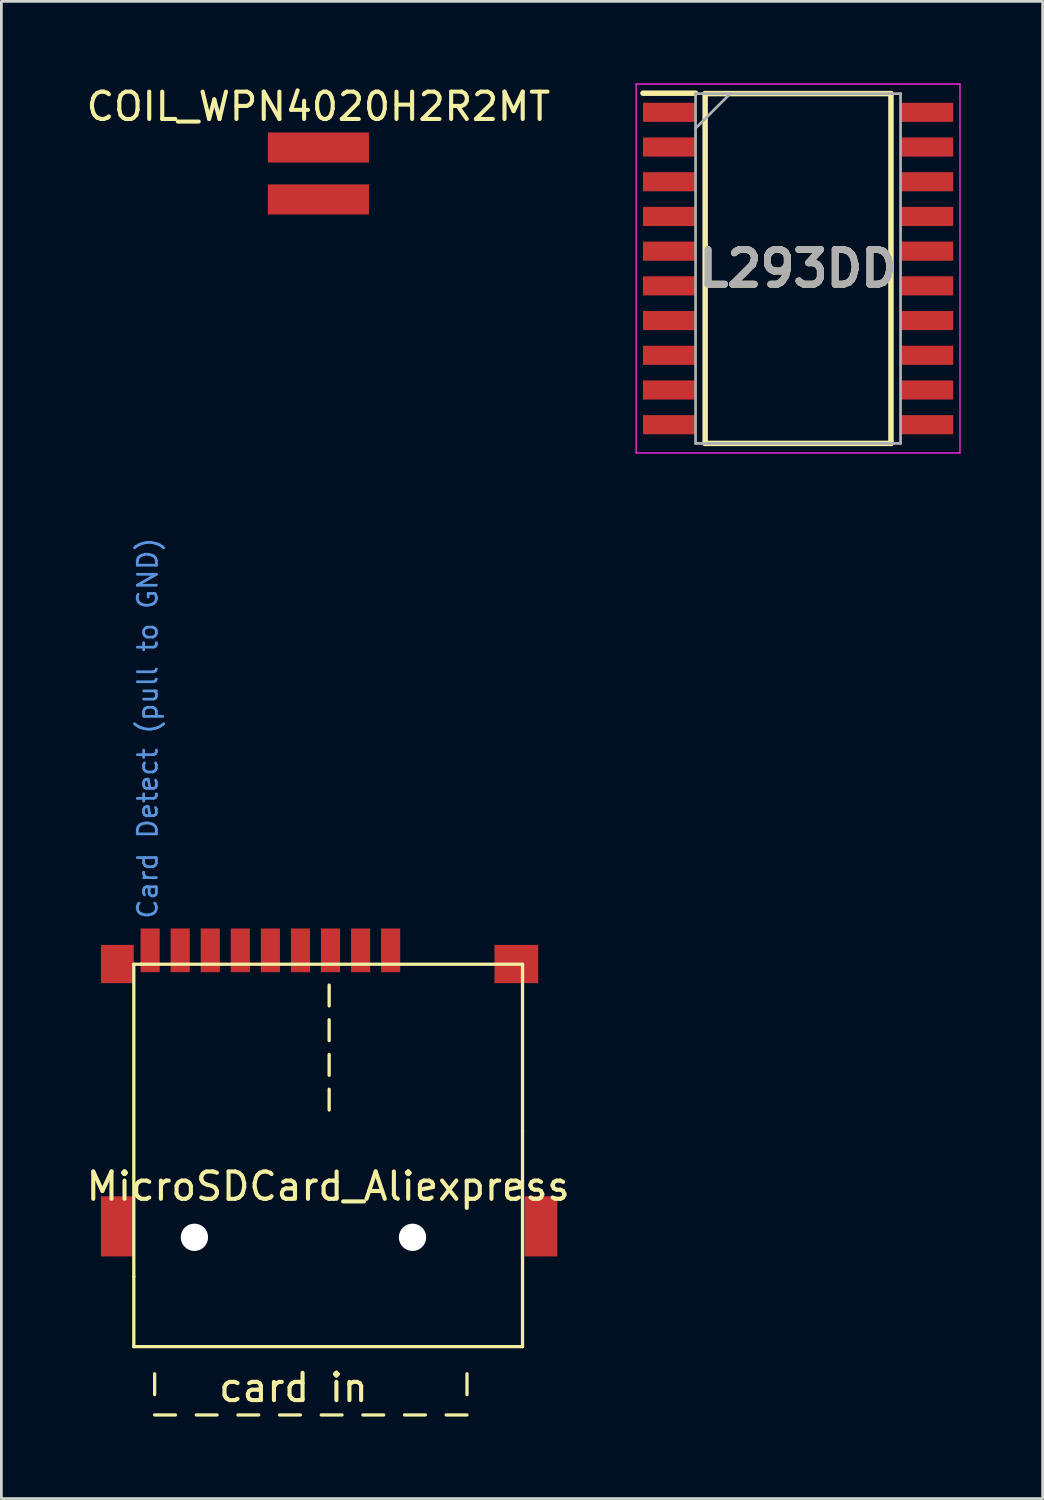
<source format=kicad_pcb>
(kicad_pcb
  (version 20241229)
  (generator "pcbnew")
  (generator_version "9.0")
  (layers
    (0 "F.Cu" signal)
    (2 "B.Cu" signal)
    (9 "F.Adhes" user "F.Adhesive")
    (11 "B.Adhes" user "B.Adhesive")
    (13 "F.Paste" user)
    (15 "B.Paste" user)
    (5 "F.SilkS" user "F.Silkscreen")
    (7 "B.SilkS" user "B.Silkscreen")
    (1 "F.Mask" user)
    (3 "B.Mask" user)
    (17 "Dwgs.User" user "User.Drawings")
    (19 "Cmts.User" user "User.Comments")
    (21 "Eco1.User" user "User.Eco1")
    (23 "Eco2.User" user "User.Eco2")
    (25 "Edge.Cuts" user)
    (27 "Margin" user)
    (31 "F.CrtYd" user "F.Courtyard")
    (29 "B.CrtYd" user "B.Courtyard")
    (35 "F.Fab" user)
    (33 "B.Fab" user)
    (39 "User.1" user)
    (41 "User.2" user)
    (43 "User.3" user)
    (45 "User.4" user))
  (footprint "L293DD"
    (layer "F.Cu")
    (at 26.152 6.775)
    (property "Reference" "L293DD" (at 0 0 0) (layer "F.SilkS") (effects (font (size 1.27 1.27) (thickness 0.254))))
    (attr smd)
    (fp_line (start -5.675 -6.415) (end -3.75 -6.415) (stroke (width 0.2) (type solid)) (layer "F.SilkS"))
    (fp_line (start -3.4 -6.4) (end 3.4 -6.4) (stroke (width 0.2) (type solid)) (layer "F.SilkS"))
    (fp_line (start -3.4 6.4) (end -3.4 -6.4) (stroke (width 0.2) (type solid)) (layer "F.SilkS"))
    (fp_line (start 3.4 -6.4) (end 3.4 6.4) (stroke (width 0.2) (type solid)) (layer "F.SilkS"))
    (fp_line (start 3.4 6.4) (end -3.4 6.4) (stroke (width 0.2) (type solid)) (layer "F.SilkS"))
    (fp_line (start -5.925 -6.75) (end 5.925 -6.75) (stroke (width 0.05) (type solid)) (layer "F.CrtYd"))
    (fp_line (start -5.925 6.75) (end -5.925 -6.75) (stroke (width 0.05) (type solid)) (layer "F.CrtYd"))
    (fp_line (start 5.925 -6.75) (end 5.925 6.75) (stroke (width 0.05) (type solid)) (layer "F.CrtYd"))
    (fp_line (start 5.925 6.75) (end -5.925 6.75) (stroke (width 0.05) (type solid)) (layer "F.CrtYd"))
    (fp_line (start -3.75 -6.4) (end 3.75 -6.4) (stroke (width 0.1) (type solid)) (layer "F.Fab"))
    (fp_line (start -3.75 -5.13) (end -2.48 -6.4) (stroke (width 0.1) (type solid)) (layer "F.Fab"))
    (fp_line (start -3.75 6.4) (end -3.75 -6.4) (stroke (width 0.1) (type solid)) (layer "F.Fab"))
    (fp_line (start 3.75 -6.4) (end 3.75 6.4) (stroke (width 0.1) (type solid)) (layer "F.Fab"))
    (fp_line (start 3.75 6.4) (end -3.75 6.4) (stroke (width 0.1) (type solid)) (layer "F.Fab"))
    (fp_text user "${REFERENCE}" (at 0 0 0) (layer "F.Fab") (effects (font (size 1.27 1.27) (thickness 0.254))))
    (pad "1" smd rect (at -4.712 -5.715 90) (size 0.7 1.925) (layers "F.Cu" "F.Mask" "F.Paste"))
    (pad "2" smd rect (at -4.712 -4.445 90) (size 0.7 1.925) (layers "F.Cu" "F.Mask" "F.Paste"))
    (pad "3" smd rect (at -4.712 -3.175 90) (size 0.7 1.925) (layers "F.Cu" "F.Mask" "F.Paste"))
    (pad "4" smd rect (at -4.712 -1.905 90) (size 0.7 1.925) (layers "F.Cu" "F.Mask" "F.Paste"))
    (pad "5" smd rect (at -4.712 -0.635 90) (size 0.7 1.925) (layers "F.Cu" "F.Mask" "F.Paste"))
    (pad "6" smd rect (at -4.712 0.635 90) (size 0.7 1.925) (layers "F.Cu" "F.Mask" "F.Paste"))
    (pad "7" smd rect (at -4.712 1.905 90) (size 0.7 1.925) (layers "F.Cu" "F.Mask" "F.Paste"))
    (pad "8" smd rect (at -4.712 3.175 90) (size 0.7 1.925) (layers "F.Cu" "F.Mask" "F.Paste"))
    (pad "9" smd rect (at -4.712 4.445 90) (size 0.7 1.925) (layers "F.Cu" "F.Mask" "F.Paste"))
    (pad "10" smd rect (at -4.712 5.715 90) (size 0.7 1.925) (layers "F.Cu" "F.Mask" "F.Paste"))
    (pad "11" smd rect (at 4.712 5.715 90) (size 0.7 1.925) (layers "F.Cu" "F.Mask" "F.Paste"))
    (pad "12" smd rect (at 4.712 4.445 90) (size 0.7 1.925) (layers "F.Cu" "F.Mask" "F.Paste"))
    (pad "13" smd rect (at 4.712 3.175 90) (size 0.7 1.925) (layers "F.Cu" "F.Mask" "F.Paste"))
    (pad "14" smd rect (at 4.712 1.905 90) (size 0.7 1.925) (layers "F.Cu" "F.Mask" "F.Paste"))
    (pad "15" smd rect (at 4.712 0.635 90) (size 0.7 1.925) (layers "F.Cu" "F.Mask" "F.Paste"))
    (pad "16" smd rect (at 4.712 -0.635 90) (size 0.7 1.925) (layers "F.Cu" "F.Mask" "F.Paste"))
    (pad "17" smd rect (at 4.712 -1.905 90) (size 0.7 1.925) (layers "F.Cu" "F.Mask" "F.Paste"))
    (pad "18" smd rect (at 4.712 -3.175 90) (size 0.7 1.925) (layers "F.Cu" "F.Mask" "F.Paste"))
    (pad "19" smd rect (at 4.712 -4.445 90) (size 0.7 1.925) (layers "F.Cu" "F.Mask" "F.Paste"))
    (pad "20" smd rect (at 4.712 -5.715 90) (size 0.7 1.925) (layers "F.Cu" "F.Mask" "F.Paste")))
  (footprint "COIL_WPN4020H2R2MT"
    (layer "F.Cu")
    (at 8.601 0.348)
    (property "Reference" "COIL_WPN4020H2R2MT" (at 0 0.5 0) (layer "F.SilkS") (effects (font (size 1 1) (thickness 0.15))))
    (attr through_hole)
    (pad "1" smd rect (at 0 2) (size 3.7 1.1) (layers "F.Cu" "F.Mask" "F.Paste"))
    (pad "2" smd rect (at 0 3.9) (size 3.7 1.1) (layers "F.Cu" "F.Mask" "F.Paste")))
  (footprint "MicroSDCard_Aliexpress"
    (layer "F.Cu")
    (at 11.244 31.725)
    (property "Reference" "MicroSDCard_Aliexpress" (at -2.286 8.636 0) (layer "F.SilkS") (effects (font (size 1 1) (thickness 0.15))))
    (attr through_hole)
    (fp_line (start -9.398 0.508) (end -9.398 11.938) (stroke (width 0.12) (type solid)) (layer "F.SilkS"))
    (fp_line (start -9.398 11.938) (end -9.398 14.5) (stroke (width 0.12) (type solid)) (layer "F.SilkS"))
    (fp_line (start -9.398 14.5) (end 4.826 14.5) (stroke (width 0.12) (type solid)) (layer "F.SilkS"))
    (fp_line (start -9.144 0.508) (end -9.398 0.508) (stroke (width 0.12) (type solid)) (layer "F.SilkS"))
    (fp_line (start -9.144 0.508) (end 4.826 0.508) (stroke (width 0.12) (type solid)) (layer "F.SilkS"))
    (fp_line (start -8.636 16.256) (end -8.636 15.494) (stroke (width 0.12) (type solid)) (layer "F.SilkS"))
    (fp_line (start -8.636 17) (end -7.874 17) (stroke (width 0.12) (type solid)) (layer "F.SilkS"))
    (fp_line (start -7.112 17) (end -6.35 17) (stroke (width 0.12) (type solid)) (layer "F.SilkS"))
    (fp_line (start -5.588 17) (end -4.826 17) (stroke (width 0.12) (type solid)) (layer "F.SilkS"))
    (fp_line (start -4.064 17) (end -3.302 17) (stroke (width 0.12) (type solid)) (layer "F.SilkS"))
    (fp_line (start -2.54 17) (end -1.778 17) (stroke (width 0.12) (type solid)) (layer "F.SilkS"))
    (fp_line (start -2.25 1.27) (end -2.25 2.032) (stroke (width 0.12) (type solid)) (layer "F.SilkS"))
    (fp_line (start -2.25 2.54) (end -2.25 3.302) (stroke (width 0.12) (type solid)) (layer "F.SilkS"))
    (fp_line (start -2.25 3.81) (end -2.25 4.572) (stroke (width 0.12) (type solid)) (layer "F.SilkS"))
    (fp_line (start -2.25 5.08) (end -2.25 5.842) (stroke (width 0.12) (type solid)) (layer "F.SilkS"))
    (fp_line (start -1.016 17) (end -0.254 17) (stroke (width 0.12) (type solid)) (layer "F.SilkS"))
    (fp_line (start 0.508 17) (end 1.27 17) (stroke (width 0.12) (type solid)) (layer "F.SilkS"))
    (fp_line (start 2.032 17) (end 2.794 17) (stroke (width 0.12) (type solid)) (layer "F.SilkS"))
    (fp_line (start 2.794 16.256) (end 2.794 15.494) (stroke (width 0.12) (type solid)) (layer "F.SilkS"))
    (fp_line (start 4.826 0.508) (end 4.826 0.762) (stroke (width 0.12) (type solid)) (layer "F.SilkS"))
    (fp_line (start 4.826 1.016) (end 4.826 0.762) (stroke (width 0.12) (type solid)) (layer "F.SilkS"))
    (fp_line (start 4.826 6.604) (end 4.826 1.016) (stroke (width 0.12) (type solid)) (layer "F.SilkS"))
    (fp_line (start 4.826 14.5) (end 4.826 6.604) (stroke (width 0.12) (type solid)) (layer "F.SilkS"))
    (fp_text user "card in" (at -3.556 16.002 0) (layer "F.SilkS") (effects (font (size 1 1) (thickness 0.15))))
    (fp_text user "Card Detect (pull to GND)" (at -8.89 -8.128 90) (layer "Cmts.User") (effects (font (size 0.7 0.7) (thickness 0.1))))
    (pad "" np_thru_hole circle (at -7.18 10.5) (size 1 1) (drill 1) (layers "*.Cu" "*.Mask"))
    (pad "" np_thru_hole circle (at 0.8 10.5) (size 1 1) (drill 1) (layers "*.Cu" "*.Mask"))
    (pad "1" smd rect (at 0 0) (size 0.7 1.6) (layers "F.Cu" "F.Mask" "F.Paste"))
    (pad "2" smd rect (at -1.1 0) (size 0.7 1.6) (layers "F.Cu" "F.Mask" "F.Paste"))
    (pad "3" smd rect (at -2.2 0) (size 0.7 1.6) (layers "F.Cu" "F.Mask" "F.Paste"))
    (pad "4" smd rect (at -3.3 0) (size 0.7 1.6) (layers "F.Cu" "F.Mask" "F.Paste"))
    (pad "5" smd rect (at -4.4 0) (size 0.7 1.6) (layers "F.Cu" "F.Mask" "F.Paste"))
    (pad "6" smd rect (at -5.5 0) (size 0.7 1.6) (layers "F.Cu" "F.Mask" "F.Paste"))
    (pad "7" smd rect (at -6.6 0) (size 0.7 1.6) (layers "F.Cu" "F.Mask" "F.Paste"))
    (pad "8" smd rect (at -7.7 0) (size 0.7 1.6) (layers "F.Cu" "F.Mask" "F.Paste"))
    (pad "9" smd rect (at -8.8 0) (size 0.7 1.6) (layers "F.Cu" "F.Mask" "F.Paste"))
    (pad "10" smd rect (at -10 0.5) (size 1.2 1.4) (layers "F.Cu" "F.Mask" "F.Paste"))
    (pad "10" smd rect (at -10 10.1) (size 1.2 2.2) (layers "F.Cu" "F.Mask" "F.Paste"))
    (pad "10" smd rect (at 4.6 0.5) (size 1.6 1.4) (layers "F.Cu" "F.Mask" "F.Paste"))
    (pad "10" smd rect (at 5.5 10.1) (size 1.2 2.2) (layers "F.Cu" "F.Mask" "F.Paste")))
  (gr_rect
    (start -3 -3)
    (end 35.102 51.785)
    (stroke (width 0.1) (type default))
    (fill no)
    (layer "Edge.Cuts")))
</source>
